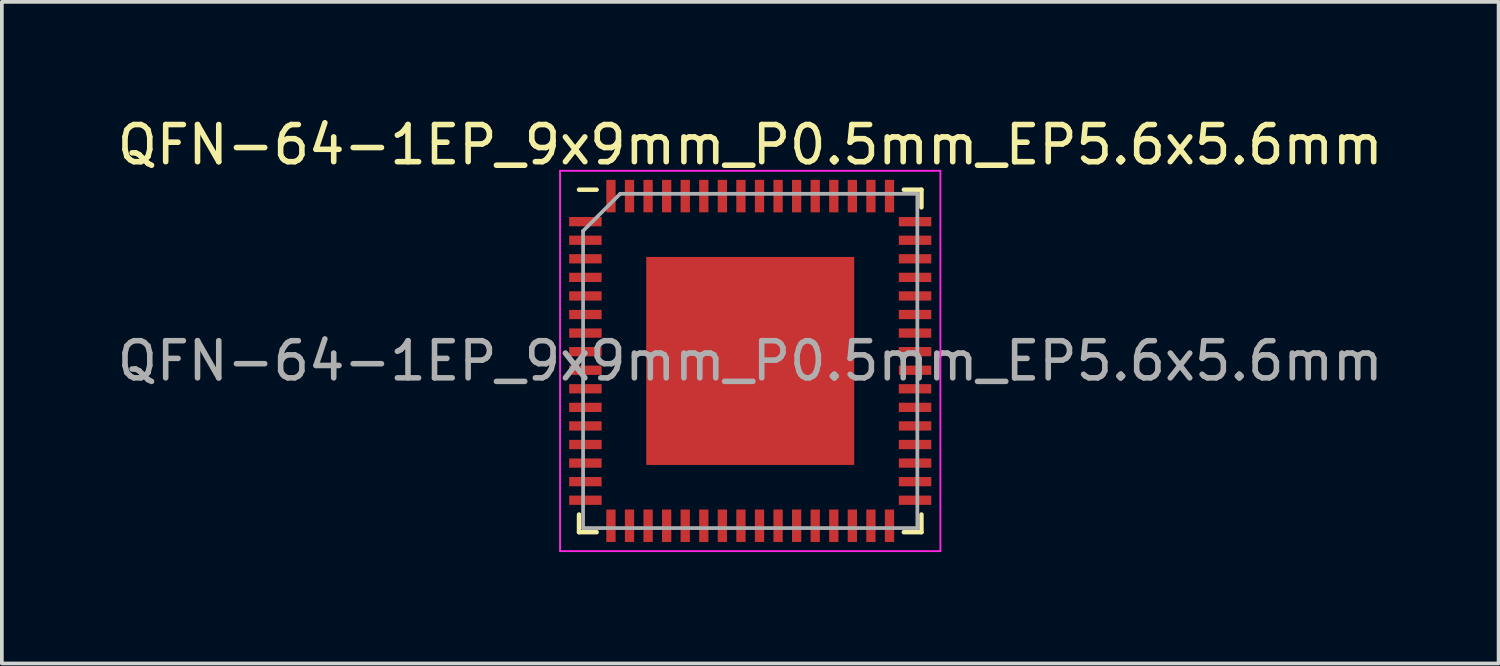
<source format=kicad_pcb>
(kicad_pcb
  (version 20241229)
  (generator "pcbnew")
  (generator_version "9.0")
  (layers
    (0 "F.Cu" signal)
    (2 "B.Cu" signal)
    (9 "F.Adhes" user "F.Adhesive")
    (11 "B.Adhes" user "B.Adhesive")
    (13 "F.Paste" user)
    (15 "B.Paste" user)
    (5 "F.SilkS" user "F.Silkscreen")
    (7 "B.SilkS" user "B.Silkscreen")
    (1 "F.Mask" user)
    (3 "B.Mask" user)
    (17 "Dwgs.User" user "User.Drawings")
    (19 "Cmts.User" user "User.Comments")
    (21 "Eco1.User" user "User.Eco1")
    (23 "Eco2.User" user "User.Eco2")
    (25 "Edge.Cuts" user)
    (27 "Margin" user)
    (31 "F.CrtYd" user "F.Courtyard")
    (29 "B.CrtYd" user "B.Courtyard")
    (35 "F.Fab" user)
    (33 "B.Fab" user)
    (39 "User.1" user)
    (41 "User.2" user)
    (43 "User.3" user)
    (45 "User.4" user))
  (footprint "QFN-64-1EP_9x9mm_P0.5mm_EP5.6x5.6mm"
    (layer "F.Cu")
    (at 17.149 6.668)
    (property "Reference" "QFN-64-1EP_9x9mm_P0.5mm_EP5.6x5.6mm" (at 0 -5.82 0) (layer "F.SilkS") (effects (font (size 1 1) (thickness 0.15))))
    (attr smd)
    (fp_line (start -4.61 4.61) (end -4.61 4.135) (stroke (width 0.12) (type solid)) (layer "F.SilkS"))
    (fp_line (start -4.135 -4.61) (end -4.61 -4.61) (stroke (width 0.12) (type solid)) (layer "F.SilkS"))
    (fp_line (start -4.135 4.61) (end -4.61 4.61) (stroke (width 0.12) (type solid)) (layer "F.SilkS"))
    (fp_line (start 4.135 -4.61) (end 4.61 -4.61) (stroke (width 0.12) (type solid)) (layer "F.SilkS"))
    (fp_line (start 4.135 4.61) (end 4.61 4.61) (stroke (width 0.12) (type solid)) (layer "F.SilkS"))
    (fp_line (start 4.61 -4.61) (end 4.61 -4.135) (stroke (width 0.12) (type solid)) (layer "F.SilkS"))
    (fp_line (start 4.61 4.61) (end 4.61 4.135) (stroke (width 0.12) (type solid)) (layer "F.SilkS"))
    (fp_line (start -5.12 -5.12) (end -5.12 5.12) (stroke (width 0.05) (type solid)) (layer "F.CrtYd"))
    (fp_line (start -5.12 5.12) (end 5.12 5.12) (stroke (width 0.05) (type solid)) (layer "F.CrtYd"))
    (fp_line (start 5.12 -5.12) (end -5.12 -5.12) (stroke (width 0.05) (type solid)) (layer "F.CrtYd"))
    (fp_line (start 5.12 5.12) (end 5.12 -5.12) (stroke (width 0.05) (type solid)) (layer "F.CrtYd"))
    (fp_line (start -4.5 -3.5) (end -3.5 -4.5) (stroke (width 0.1) (type solid)) (layer "F.Fab"))
    (fp_line (start -4.5 4.5) (end -4.5 -3.5) (stroke (width 0.1) (type solid)) (layer "F.Fab"))
    (fp_line (start -3.5 -4.5) (end 4.5 -4.5) (stroke (width 0.1) (type solid)) (layer "F.Fab"))
    (fp_line (start 4.5 -4.5) (end 4.5 4.5) (stroke (width 0.1) (type solid)) (layer "F.Fab"))
    (fp_line (start 4.5 4.5) (end -4.5 4.5) (stroke (width 0.1) (type solid)) (layer "F.Fab"))
    (fp_text user "${REFERENCE}" (at 0 0 0) (layer "F.Fab") (effects (font (size 1 1) (thickness 0.15))))
    (pad "" smd rect (at -2.025 -2.025) (size 1.13 1.13) (layers "F.Paste"))
    (pad "" smd rect (at -2.025 -0.675) (size 1.13 1.13) (layers "F.Paste"))
    (pad "" smd rect (at -2.025 0.675) (size 1.13 1.13) (layers "F.Paste"))
    (pad "" smd rect (at -2.025 2.025) (size 1.13 1.13) (layers "F.Paste"))
    (pad "" smd rect (at -0.675 -2.025) (size 1.13 1.13) (layers "F.Paste"))
    (pad "" smd rect (at -0.675 -0.675) (size 1.13 1.13) (layers "F.Paste"))
    (pad "" smd rect (at -0.675 0.675) (size 1.13 1.13) (layers "F.Paste"))
    (pad "" smd rect (at -0.675 2.025) (size 1.13 1.13) (layers "F.Paste"))
    (pad "" smd rect (at 0.675 -2.025) (size 1.13 1.13) (layers "F.Paste"))
    (pad "" smd rect (at 0.675 -0.675) (size 1.13 1.13) (layers "F.Paste"))
    (pad "" smd rect (at 0.675 0.675) (size 1.13 1.13) (layers "F.Paste"))
    (pad "" smd rect (at 0.675 2.025) (size 1.13 1.13) (layers "F.Paste"))
    (pad "" smd rect (at 2.025 -2.025) (size 1.13 1.13) (layers "F.Paste"))
    (pad "" smd rect (at 2.025 -0.675) (size 1.13 1.13) (layers "F.Paste"))
    (pad "" smd rect (at 2.025 0.675) (size 1.13 1.13) (layers "F.Paste"))
    (pad "" smd rect (at 2.025 2.025) (size 1.13 1.13) (layers "F.Paste"))
    (pad "1" smd rect (at -4.438 -3.75) (size 0.875 0.25) (layers "F.Cu" "F.Mask" "F.Paste"))
    (pad "2" smd rect (at -4.438 -3.25) (size 0.875 0.25) (layers "F.Cu" "F.Mask" "F.Paste"))
    (pad "3" smd rect (at -4.438 -2.75) (size 0.875 0.25) (layers "F.Cu" "F.Mask" "F.Paste"))
    (pad "4" smd rect (at -4.438 -2.25) (size 0.875 0.25) (layers "F.Cu" "F.Mask" "F.Paste"))
    (pad "5" smd rect (at -4.438 -1.75) (size 0.875 0.25) (layers "F.Cu" "F.Mask" "F.Paste"))
    (pad "6" smd rect (at -4.438 -1.25) (size 0.875 0.25) (layers "F.Cu" "F.Mask" "F.Paste"))
    (pad "7" smd rect (at -4.438 -0.75) (size 0.875 0.25) (layers "F.Cu" "F.Mask" "F.Paste"))
    (pad "8" smd rect (at -4.438 -0.25) (size 0.875 0.25) (layers "F.Cu" "F.Mask" "F.Paste"))
    (pad "9" smd rect (at -4.438 0.25) (size 0.875 0.25) (layers "F.Cu" "F.Mask" "F.Paste"))
    (pad "10" smd rect (at -4.438 0.75) (size 0.875 0.25) (layers "F.Cu" "F.Mask" "F.Paste"))
    (pad "11" smd rect (at -4.438 1.25) (size 0.875 0.25) (layers "F.Cu" "F.Mask" "F.Paste"))
    (pad "12" smd rect (at -4.438 1.75) (size 0.875 0.25) (layers "F.Cu" "F.Mask" "F.Paste"))
    (pad "13" smd rect (at -4.438 2.25) (size 0.875 0.25) (layers "F.Cu" "F.Mask" "F.Paste"))
    (pad "14" smd rect (at -4.438 2.75) (size 0.875 0.25) (layers "F.Cu" "F.Mask" "F.Paste"))
    (pad "15" smd rect (at -4.438 3.25) (size 0.875 0.25) (layers "F.Cu" "F.Mask" "F.Paste"))
    (pad "16" smd rect (at -4.438 3.75) (size 0.875 0.25) (layers "F.Cu" "F.Mask" "F.Paste"))
    (pad "17" smd rect (at -3.75 4.438) (size 0.25 0.875) (layers "F.Cu" "F.Mask" "F.Paste"))
    (pad "18" smd rect (at -3.25 4.438) (size 0.25 0.875) (layers "F.Cu" "F.Mask" "F.Paste"))
    (pad "19" smd rect (at -2.75 4.438) (size 0.25 0.875) (layers "F.Cu" "F.Mask" "F.Paste"))
    (pad "20" smd rect (at -2.25 4.438) (size 0.25 0.875) (layers "F.Cu" "F.Mask" "F.Paste"))
    (pad "21" smd rect (at -1.75 4.438) (size 0.25 0.875) (layers "F.Cu" "F.Mask" "F.Paste"))
    (pad "22" smd rect (at -1.25 4.438) (size 0.25 0.875) (layers "F.Cu" "F.Mask" "F.Paste"))
    (pad "23" smd rect (at -0.75 4.438) (size 0.25 0.875) (layers "F.Cu" "F.Mask" "F.Paste"))
    (pad "24" smd rect (at -0.25 4.438) (size 0.25 0.875) (layers "F.Cu" "F.Mask" "F.Paste"))
    (pad "25" smd rect (at 0.25 4.438) (size 0.25 0.875) (layers "F.Cu" "F.Mask" "F.Paste"))
    (pad "26" smd rect (at 0.75 4.438) (size 0.25 0.875) (layers "F.Cu" "F.Mask" "F.Paste"))
    (pad "27" smd rect (at 1.25 4.438) (size 0.25 0.875) (layers "F.Cu" "F.Mask" "F.Paste"))
    (pad "28" smd rect (at 1.75 4.438) (size 0.25 0.875) (layers "F.Cu" "F.Mask" "F.Paste"))
    (pad "29" smd rect (at 2.25 4.438) (size 0.25 0.875) (layers "F.Cu" "F.Mask" "F.Paste"))
    (pad "30" smd rect (at 2.75 4.438) (size 0.25 0.875) (layers "F.Cu" "F.Mask" "F.Paste"))
    (pad "31" smd rect (at 3.25 4.438) (size 0.25 0.875) (layers "F.Cu" "F.Mask" "F.Paste"))
    (pad "32" smd rect (at 3.75 4.438) (size 0.25 0.875) (layers "F.Cu" "F.Mask" "F.Paste"))
    (pad "33" smd rect (at 4.438 3.75) (size 0.875 0.25) (layers "F.Cu" "F.Mask" "F.Paste"))
    (pad "34" smd rect (at 4.438 3.25) (size 0.875 0.25) (layers "F.Cu" "F.Mask" "F.Paste"))
    (pad "35" smd rect (at 4.438 2.75) (size 0.875 0.25) (layers "F.Cu" "F.Mask" "F.Paste"))
    (pad "36" smd rect (at 4.438 2.25) (size 0.875 0.25) (layers "F.Cu" "F.Mask" "F.Paste"))
    (pad "37" smd rect (at 4.438 1.75) (size 0.875 0.25) (layers "F.Cu" "F.Mask" "F.Paste"))
    (pad "38" smd rect (at 4.438 1.25) (size 0.875 0.25) (layers "F.Cu" "F.Mask" "F.Paste"))
    (pad "39" smd rect (at 4.438 0.75) (size 0.875 0.25) (layers "F.Cu" "F.Mask" "F.Paste"))
    (pad "40" smd rect (at 4.438 0.25) (size 0.875 0.25) (layers "F.Cu" "F.Mask" "F.Paste"))
    (pad "41" smd rect (at 4.438 -0.25) (size 0.875 0.25) (layers "F.Cu" "F.Mask" "F.Paste"))
    (pad "42" smd rect (at 4.438 -0.75) (size 0.875 0.25) (layers "F.Cu" "F.Mask" "F.Paste"))
    (pad "43" smd rect (at 4.438 -1.25) (size 0.875 0.25) (layers "F.Cu" "F.Mask" "F.Paste"))
    (pad "44" smd rect (at 4.438 -1.75) (size 0.875 0.25) (layers "F.Cu" "F.Mask" "F.Paste"))
    (pad "45" smd rect (at 4.438 -2.25) (size 0.875 0.25) (layers "F.Cu" "F.Mask" "F.Paste"))
    (pad "46" smd rect (at 4.438 -2.75) (size 0.875 0.25) (layers "F.Cu" "F.Mask" "F.Paste"))
    (pad "47" smd rect (at 4.438 -3.25) (size 0.875 0.25) (layers "F.Cu" "F.Mask" "F.Paste"))
    (pad "48" smd rect (at 4.438 -3.75) (size 0.875 0.25) (layers "F.Cu" "F.Mask" "F.Paste"))
    (pad "49" smd rect (at 3.75 -4.438) (size 0.25 0.875) (layers "F.Cu" "F.Mask" "F.Paste"))
    (pad "50" smd rect (at 3.25 -4.438) (size 0.25 0.875) (layers "F.Cu" "F.Mask" "F.Paste"))
    (pad "51" smd rect (at 2.75 -4.438) (size 0.25 0.875) (layers "F.Cu" "F.Mask" "F.Paste"))
    (pad "52" smd rect (at 2.25 -4.438) (size 0.25 0.875) (layers "F.Cu" "F.Mask" "F.Paste"))
    (pad "53" smd rect (at 1.75 -4.438) (size 0.25 0.875) (layers "F.Cu" "F.Mask" "F.Paste"))
    (pad "54" smd rect (at 1.25 -4.438) (size 0.25 0.875) (layers "F.Cu" "F.Mask" "F.Paste"))
    (pad "55" smd rect (at 0.75 -4.438) (size 0.25 0.875) (layers "F.Cu" "F.Mask" "F.Paste"))
    (pad "56" smd rect (at 0.25 -4.438) (size 0.25 0.875) (layers "F.Cu" "F.Mask" "F.Paste"))
    (pad "57" smd rect (at -0.25 -4.438) (size 0.25 0.875) (layers "F.Cu" "F.Mask" "F.Paste"))
    (pad "58" smd rect (at -0.75 -4.438) (size 0.25 0.875) (layers "F.Cu" "F.Mask" "F.Paste"))
    (pad "59" smd rect (at -1.25 -4.438) (size 0.25 0.875) (layers "F.Cu" "F.Mask" "F.Paste"))
    (pad "60" smd rect (at -1.75 -4.438) (size 0.25 0.875) (layers "F.Cu" "F.Mask" "F.Paste"))
    (pad "61" smd rect (at -2.25 -4.438) (size 0.25 0.875) (layers "F.Cu" "F.Mask" "F.Paste"))
    (pad "62" smd rect (at -2.75 -4.438) (size 0.25 0.875) (layers "F.Cu" "F.Mask" "F.Paste"))
    (pad "63" smd rect (at -3.25 -4.438) (size 0.25 0.875) (layers "F.Cu" "F.Mask" "F.Paste"))
    (pad "64" smd rect (at -3.75 -4.438) (size 0.25 0.875) (layers "F.Cu" "F.Mask" "F.Paste"))
    (pad "65" smd rect (at 0 0) (size 5.6 5.6) (layers "F.Cu" "F.Mask")))
  (gr_rect
    (start -3 -3)
    (end 37.298 14.813)
    (stroke (width 0.1) (type default))
    (fill no)
    (layer "Edge.Cuts")))
</source>
